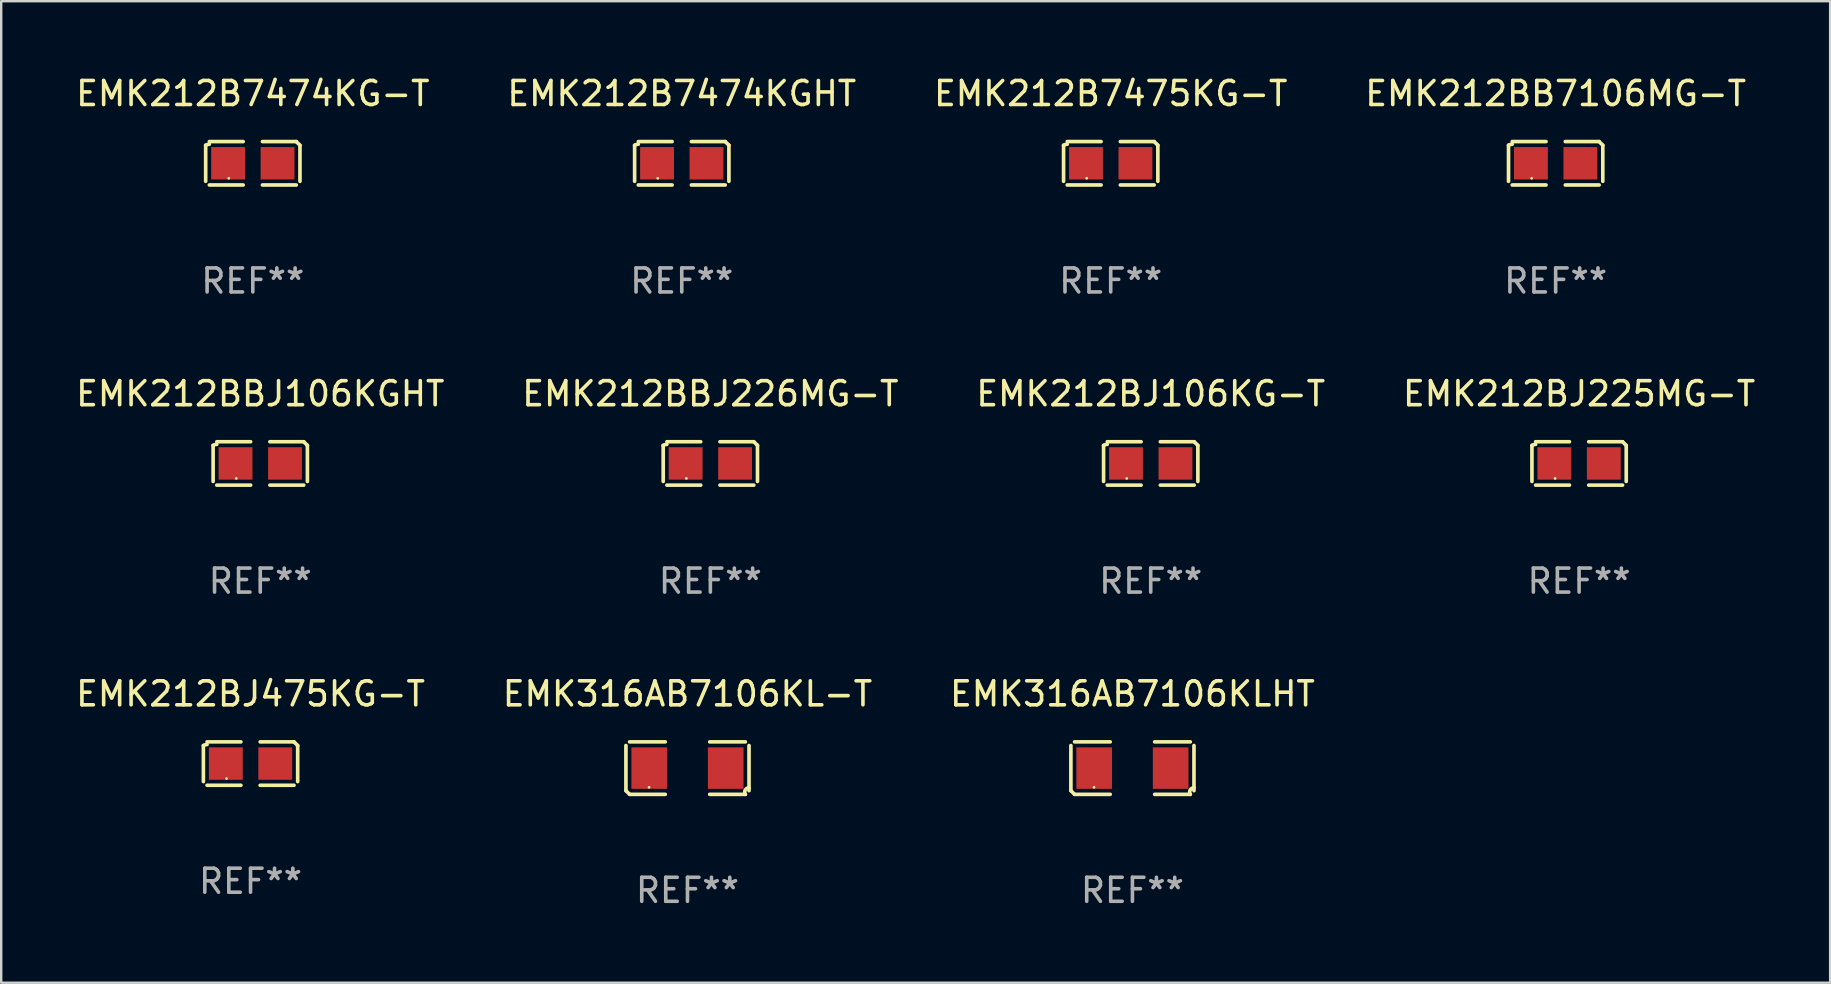
<source format=kicad_pcb>
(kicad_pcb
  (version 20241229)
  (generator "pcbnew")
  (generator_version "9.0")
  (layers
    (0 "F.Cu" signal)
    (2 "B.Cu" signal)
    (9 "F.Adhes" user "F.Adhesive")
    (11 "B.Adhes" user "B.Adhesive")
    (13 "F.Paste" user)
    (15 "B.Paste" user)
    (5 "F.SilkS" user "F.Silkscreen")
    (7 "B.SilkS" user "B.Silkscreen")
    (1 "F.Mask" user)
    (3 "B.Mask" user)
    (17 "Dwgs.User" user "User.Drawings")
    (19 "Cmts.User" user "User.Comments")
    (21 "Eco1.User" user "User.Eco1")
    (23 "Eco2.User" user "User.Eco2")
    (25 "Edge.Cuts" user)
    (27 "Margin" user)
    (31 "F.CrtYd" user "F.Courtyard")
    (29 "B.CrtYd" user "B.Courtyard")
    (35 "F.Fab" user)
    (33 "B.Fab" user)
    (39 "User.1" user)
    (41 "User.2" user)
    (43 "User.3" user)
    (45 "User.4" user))
  (footprint "EMK212BBJ106KGHT"
    (layer "F.Cu")
    (at 7.792 16.256)
    (property "Reference" "EMK212BBJ106KGHT" (at 0 -2.904 0) (layer "F.SilkS") (effects (font (size 1 1) (thickness 0.15))))
    (attr through_hole)
    (fp_line (start -1.964 0.751) (end -1.964 -0.751) (stroke (width 0.152) (type solid)) (layer "F.SilkS"))
    (fp_line (start -1.811 -0.904) (end -0.401 -0.904) (stroke (width 0.152) (type solid)) (layer "F.SilkS"))
    (fp_line (start -0.401 0.904) (end -1.811 0.904) (stroke (width 0.152) (type solid)) (layer "F.SilkS"))
    (fp_line (start 0.401 0.904) (end 1.811 0.904) (stroke (width 0.152) (type solid)) (layer "F.SilkS"))
    (fp_line (start 1.811 -0.904) (end 0.401 -0.904) (stroke (width 0.152) (type solid)) (layer "F.SilkS"))
    (fp_line (start 1.964 0.751) (end 1.964 -0.751) (stroke (width 0.152) (type solid)) (layer "F.SilkS"))
    (fp_arc (start -1.963602 -0.751207) (mid -1.890354 -0.783131) (end -1.811201 -0.794044) (stroke (width 0.1524) (type solid)) (layer "F.SilkS"))
    (fp_arc (start 1.811202 -0.903607) (mid 1.887413 -0.827418) (end 1.963602 -0.751207) (stroke (width 0.1524) (type solid)) (layer "F.SilkS"))
    (fp_circle (center -1 0.625) (end -0.97 0.625) (stroke (width 0.06) (type solid)) (fill no) (layer "F.SilkS"))
    (fp_text user "REF**" (at 0 4.904 0) (layer "F.Fab") (effects (font (size 1 1) (thickness 0.15))))
    (pad "1" smd rect (at -1.03 0) (size 1.41 1.35) (layers "F.Cu" "F.Mask" "F.Paste"))
    (pad "2" smd rect (at 1.03 0) (size 1.41 1.35) (layers "F.Cu" "F.Mask" "F.Paste")))
  (footprint "EMK212B7474KGHT"
    (layer "F.Cu")
    (at 25.351 3.752)
    (property "Reference" "EMK212B7474KGHT" (at 0 -2.904 0) (layer "F.SilkS") (effects (font (size 1 1) (thickness 0.15))))
    (attr through_hole)
    (fp_line (start -1.964 0.751) (end -1.964 -0.751) (stroke (width 0.152) (type solid)) (layer "F.SilkS"))
    (fp_line (start -1.811 -0.904) (end -0.401 -0.904) (stroke (width 0.152) (type solid)) (layer "F.SilkS"))
    (fp_line (start -0.401 0.904) (end -1.811 0.904) (stroke (width 0.152) (type solid)) (layer "F.SilkS"))
    (fp_line (start 0.401 0.904) (end 1.811 0.904) (stroke (width 0.152) (type solid)) (layer "F.SilkS"))
    (fp_line (start 1.811 -0.904) (end 0.401 -0.904) (stroke (width 0.152) (type solid)) (layer "F.SilkS"))
    (fp_line (start 1.964 0.751) (end 1.964 -0.751) (stroke (width 0.152) (type solid)) (layer "F.SilkS"))
    (fp_arc (start -1.963602 -0.751207) (mid -1.890354 -0.783131) (end -1.811201 -0.794044) (stroke (width 0.1524) (type solid)) (layer "F.SilkS"))
    (fp_arc (start 1.811202 -0.903607) (mid 1.887413 -0.827418) (end 1.963602 -0.751207) (stroke (width 0.1524) (type solid)) (layer "F.SilkS"))
    (fp_circle (center -1 0.625) (end -0.97 0.625) (stroke (width 0.06) (type solid)) (fill no) (layer "F.SilkS"))
    (fp_text user "REF**" (at 0 4.904 0) (layer "F.Fab") (effects (font (size 1 1) (thickness 0.15))))
    (pad "1" smd rect (at -1.03 0) (size 1.41 1.35) (layers "F.Cu" "F.Mask" "F.Paste"))
    (pad "2" smd rect (at 1.03 0) (size 1.41 1.35) (layers "F.Cu" "F.Mask" "F.Paste")))
  (footprint "EMK212BB7106MG-T"
    (layer "F.Cu")
    (at 61.756 3.752)
    (property "Reference" "EMK212BB7106MG-T" (at 0 -2.904 0) (layer "F.SilkS") (effects (font (size 1 1) (thickness 0.15))))
    (attr through_hole)
    (fp_line (start -1.964 0.751) (end -1.964 -0.751) (stroke (width 0.152) (type solid)) (layer "F.SilkS"))
    (fp_line (start -1.811 -0.904) (end -0.401 -0.904) (stroke (width 0.152) (type solid)) (layer "F.SilkS"))
    (fp_line (start -0.401 0.904) (end -1.811 0.904) (stroke (width 0.152) (type solid)) (layer "F.SilkS"))
    (fp_line (start 0.401 0.904) (end 1.811 0.904) (stroke (width 0.152) (type solid)) (layer "F.SilkS"))
    (fp_line (start 1.811 -0.904) (end 0.401 -0.904) (stroke (width 0.152) (type solid)) (layer "F.SilkS"))
    (fp_line (start 1.964 0.751) (end 1.964 -0.751) (stroke (width 0.152) (type solid)) (layer "F.SilkS"))
    (fp_arc (start -1.963602 -0.751207) (mid -1.890354 -0.783131) (end -1.811201 -0.794044) (stroke (width 0.1524) (type solid)) (layer "F.SilkS"))
    (fp_arc (start 1.811202 -0.903607) (mid 1.887413 -0.827418) (end 1.963602 -0.751207) (stroke (width 0.1524) (type solid)) (layer "F.SilkS"))
    (fp_circle (center -1 0.625) (end -0.97 0.625) (stroke (width 0.06) (type solid)) (fill no) (layer "F.SilkS"))
    (fp_text user "REF**" (at 0 4.904 0) (layer "F.Fab") (effects (font (size 1 1) (thickness 0.15))))
    (pad "1" smd rect (at -1.03 0) (size 1.41 1.35) (layers "F.Cu" "F.Mask" "F.Paste"))
    (pad "2" smd rect (at 1.03 0) (size 1.41 1.35) (layers "F.Cu" "F.Mask" "F.Paste")))
  (footprint "EMK316AB7106KLHT"
    (layer "F.Cu")
    (at 44.125 28.948)
    (property "Reference" "EMK316AB7106KLHT" (at 0 -3.093 0) (layer "F.SilkS") (effects (font (size 1 1) (thickness 0.15))))
    (attr through_hole)
    (fp_line (start -2.564 0.94) (end -2.564 -0.94) (stroke (width 0.152) (type solid)) (layer "F.SilkS"))
    (fp_line (start -2.411 -1.093) (end -0.926 -1.093) (stroke (width 0.152) (type solid)) (layer "F.SilkS"))
    (fp_line (start -0.926 1.093) (end -2.411 1.093) (stroke (width 0.152) (type solid)) (layer "F.SilkS"))
    (fp_line (start 0.926 1.093) (end 2.411 1.093) (stroke (width 0.152) (type solid)) (layer "F.SilkS"))
    (fp_line (start 2.411 -1.093) (end 0.926 -1.093) (stroke (width 0.152) (type solid)) (layer "F.SilkS"))
    (fp_line (start 2.564 0.94) (end 2.564 -0.94) (stroke (width 0.152) (type solid)) (layer "F.SilkS"))
    (fp_arc (start -2.411201 1.092609) (mid -2.487413 1.01642) (end -2.563602 0.940208) (stroke (width 0.1524) (type solid)) (layer "F.SilkS"))
    (fp_arc (start 2.411201 1.092609) (mid 2.407159 0.911226) (end 2.563602 0.819347) (stroke (width 0.1524) (type solid)) (layer "F.SilkS"))
    (fp_circle (center -1.6 0.8) (end -1.57 0.8) (stroke (width 0.06) (type solid)) (fill no) (layer "F.SilkS"))
    (fp_text user "REF**" (at 0 5.093 0) (layer "F.Fab") (effects (font (size 1 1) (thickness 0.15))))
    (pad "1" smd rect (at -1.593 0) (size 1.485 1.728) (layers "F.Cu" "F.Mask" "F.Paste"))
    (pad "2" smd rect (at 1.593 0) (size 1.485 1.728) (layers "F.Cu" "F.Mask" "F.Paste")))
  (footprint "EMK316AB7106KL-T"
    (layer "F.Cu")
    (at 25.589 28.948)
    (property "Reference" "EMK316AB7106KL-T" (at 0 -3.093 0) (layer "F.SilkS") (effects (font (size 1 1) (thickness 0.15))))
    (attr through_hole)
    (fp_line (start -2.564 0.94) (end -2.564 -0.94) (stroke (width 0.152) (type solid)) (layer "F.SilkS"))
    (fp_line (start -2.411 -1.093) (end -0.926 -1.093) (stroke (width 0.152) (type solid)) (layer "F.SilkS"))
    (fp_line (start -0.926 1.093) (end -2.411 1.093) (stroke (width 0.152) (type solid)) (layer "F.SilkS"))
    (fp_line (start 0.926 1.093) (end 2.411 1.093) (stroke (width 0.152) (type solid)) (layer "F.SilkS"))
    (fp_line (start 2.411 -1.093) (end 0.926 -1.093) (stroke (width 0.152) (type solid)) (layer "F.SilkS"))
    (fp_line (start 2.564 0.94) (end 2.564 -0.94) (stroke (width 0.152) (type solid)) (layer "F.SilkS"))
    (fp_arc (start -2.411201 1.092609) (mid -2.487413 1.01642) (end -2.563602 0.940208) (stroke (width 0.1524) (type solid)) (layer "F.SilkS"))
    (fp_arc (start 2.411201 1.092609) (mid 2.407159 0.911226) (end 2.563602 0.819347) (stroke (width 0.1524) (type solid)) (layer "F.SilkS"))
    (fp_circle (center -1.6 0.8) (end -1.57 0.8) (stroke (width 0.06) (type solid)) (fill no) (layer "F.SilkS"))
    (fp_text user "REF**" (at 0 5.093 0) (layer "F.Fab") (effects (font (size 1 1) (thickness 0.15))))
    (pad "1" smd rect (at -1.593 0) (size 1.485 1.728) (layers "F.Cu" "F.Mask" "F.Paste"))
    (pad "2" smd rect (at 1.593 0) (size 1.485 1.728) (layers "F.Cu" "F.Mask" "F.Paste")))
  (footprint "EMK212BJ225MG-T"
    (layer "F.Cu")
    (at 62.732 16.256)
    (property "Reference" "EMK212BJ225MG-T" (at 0 -2.904 0) (layer "F.SilkS") (effects (font (size 1 1) (thickness 0.15))))
    (attr through_hole)
    (fp_line (start -1.964 0.751) (end -1.964 -0.751) (stroke (width 0.152) (type solid)) (layer "F.SilkS"))
    (fp_line (start -1.811 -0.904) (end -0.401 -0.904) (stroke (width 0.152) (type solid)) (layer "F.SilkS"))
    (fp_line (start -0.401 0.904) (end -1.811 0.904) (stroke (width 0.152) (type solid)) (layer "F.SilkS"))
    (fp_line (start 0.401 0.904) (end 1.811 0.904) (stroke (width 0.152) (type solid)) (layer "F.SilkS"))
    (fp_line (start 1.811 -0.904) (end 0.401 -0.904) (stroke (width 0.152) (type solid)) (layer "F.SilkS"))
    (fp_line (start 1.964 0.751) (end 1.964 -0.751) (stroke (width 0.152) (type solid)) (layer "F.SilkS"))
    (fp_arc (start -1.963602 -0.751207) (mid -1.890354 -0.783131) (end -1.811201 -0.794044) (stroke (width 0.1524) (type solid)) (layer "F.SilkS"))
    (fp_arc (start 1.811202 -0.903607) (mid 1.887413 -0.827418) (end 1.963602 -0.751207) (stroke (width 0.1524) (type solid)) (layer "F.SilkS"))
    (fp_circle (center -1 0.625) (end -0.97 0.625) (stroke (width 0.06) (type solid)) (fill no) (layer "F.SilkS"))
    (fp_text user "REF**" (at 0 4.904 0) (layer "F.Fab") (effects (font (size 1 1) (thickness 0.15))))
    (pad "1" smd rect (at -1.03 0) (size 1.41 1.35) (layers "F.Cu" "F.Mask" "F.Paste"))
    (pad "2" smd rect (at 1.03 0) (size 1.41 1.35) (layers "F.Cu" "F.Mask" "F.Paste")))
  (footprint "EMK212B7474KG-T"
    (layer "F.Cu")
    (at 7.482 3.752)
    (property "Reference" "EMK212B7474KG-T" (at 0 -2.904 0) (layer "F.SilkS") (effects (font (size 1 1) (thickness 0.15))))
    (attr through_hole)
    (fp_line (start -1.964 0.751) (end -1.964 -0.751) (stroke (width 0.152) (type solid)) (layer "F.SilkS"))
    (fp_line (start -1.811 -0.904) (end -0.401 -0.904) (stroke (width 0.152) (type solid)) (layer "F.SilkS"))
    (fp_line (start -0.401 0.904) (end -1.811 0.904) (stroke (width 0.152) (type solid)) (layer "F.SilkS"))
    (fp_line (start 0.401 0.904) (end 1.811 0.904) (stroke (width 0.152) (type solid)) (layer "F.SilkS"))
    (fp_line (start 1.811 -0.904) (end 0.401 -0.904) (stroke (width 0.152) (type solid)) (layer "F.SilkS"))
    (fp_line (start 1.964 0.751) (end 1.964 -0.751) (stroke (width 0.152) (type solid)) (layer "F.SilkS"))
    (fp_arc (start -1.963602 -0.751207) (mid -1.890354 -0.783131) (end -1.811201 -0.794044) (stroke (width 0.1524) (type solid)) (layer "F.SilkS"))
    (fp_arc (start 1.811202 -0.903607) (mid 1.887413 -0.827418) (end 1.963602 -0.751207) (stroke (width 0.1524) (type solid)) (layer "F.SilkS"))
    (fp_circle (center -1 0.625) (end -0.97 0.625) (stroke (width 0.06) (type solid)) (fill no) (layer "F.SilkS"))
    (fp_text user "REF**" (at 0 4.904 0) (layer "F.Fab") (effects (font (size 1 1) (thickness 0.15))))
    (pad "1" smd rect (at -1.03 0) (size 1.41 1.35) (layers "F.Cu" "F.Mask" "F.Paste"))
    (pad "2" smd rect (at 1.03 0) (size 1.41 1.35) (layers "F.Cu" "F.Mask" "F.Paste")))
  (footprint "EMK212BJ475KG-T"
    (layer "F.Cu")
    (at 7.387 28.759)
    (property "Reference" "EMK212BJ475KG-T" (at 0 -2.904 0) (layer "F.SilkS") (effects (font (size 1 1) (thickness 0.15))))
    (attr through_hole)
    (fp_line (start -1.964 0.751) (end -1.964 -0.751) (stroke (width 0.152) (type solid)) (layer "F.SilkS"))
    (fp_line (start -1.811 -0.904) (end -0.401 -0.904) (stroke (width 0.152) (type solid)) (layer "F.SilkS"))
    (fp_line (start -0.401 0.904) (end -1.811 0.904) (stroke (width 0.152) (type solid)) (layer "F.SilkS"))
    (fp_line (start 0.401 0.904) (end 1.811 0.904) (stroke (width 0.152) (type solid)) (layer "F.SilkS"))
    (fp_line (start 1.811 -0.904) (end 0.401 -0.904) (stroke (width 0.152) (type solid)) (layer "F.SilkS"))
    (fp_line (start 1.964 0.751) (end 1.964 -0.751) (stroke (width 0.152) (type solid)) (layer "F.SilkS"))
    (fp_arc (start -1.963602 -0.751207) (mid -1.890354 -0.783131) (end -1.811201 -0.794044) (stroke (width 0.1524) (type solid)) (layer "F.SilkS"))
    (fp_arc (start 1.811202 -0.903607) (mid 1.887413 -0.827418) (end 1.963602 -0.751207) (stroke (width 0.1524) (type solid)) (layer "F.SilkS"))
    (fp_circle (center -1 0.625) (end -0.97 0.625) (stroke (width 0.06) (type solid)) (fill no) (layer "F.SilkS"))
    (fp_text user "REF**" (at 0 4.904 0) (layer "F.Fab") (effects (font (size 1 1) (thickness 0.15))))
    (pad "1" smd rect (at -1.03 0) (size 1.41 1.35) (layers "F.Cu" "F.Mask" "F.Paste"))
    (pad "2" smd rect (at 1.03 0) (size 1.41 1.35) (layers "F.Cu" "F.Mask" "F.Paste")))
  (footprint "EMK212BBJ226MG-T"
    (layer "F.Cu")
    (at 26.542 16.256)
    (property "Reference" "EMK212BBJ226MG-T" (at 0 -2.904 0) (layer "F.SilkS") (effects (font (size 1 1) (thickness 0.15))))
    (attr through_hole)
    (fp_line (start -1.964 0.751) (end -1.964 -0.751) (stroke (width 0.152) (type solid)) (layer "F.SilkS"))
    (fp_line (start -1.811 -0.904) (end -0.401 -0.904) (stroke (width 0.152) (type solid)) (layer "F.SilkS"))
    (fp_line (start -0.401 0.904) (end -1.811 0.904) (stroke (width 0.152) (type solid)) (layer "F.SilkS"))
    (fp_line (start 0.401 0.904) (end 1.811 0.904) (stroke (width 0.152) (type solid)) (layer "F.SilkS"))
    (fp_line (start 1.811 -0.904) (end 0.401 -0.904) (stroke (width 0.152) (type solid)) (layer "F.SilkS"))
    (fp_line (start 1.964 0.751) (end 1.964 -0.751) (stroke (width 0.152) (type solid)) (layer "F.SilkS"))
    (fp_arc (start -1.963602 -0.751207) (mid -1.890354 -0.783131) (end -1.811201 -0.794044) (stroke (width 0.1524) (type solid)) (layer "F.SilkS"))
    (fp_arc (start 1.811202 -0.903607) (mid 1.887413 -0.827418) (end 1.963602 -0.751207) (stroke (width 0.1524) (type solid)) (layer "F.SilkS"))
    (fp_circle (center -1 0.625) (end -0.97 0.625) (stroke (width 0.06) (type solid)) (fill no) (layer "F.SilkS"))
    (fp_text user "REF**" (at 0 4.904 0) (layer "F.Fab") (effects (font (size 1 1) (thickness 0.15))))
    (pad "1" smd rect (at -1.03 0) (size 1.41 1.35) (layers "F.Cu" "F.Mask" "F.Paste"))
    (pad "2" smd rect (at 1.03 0) (size 1.41 1.35) (layers "F.Cu" "F.Mask" "F.Paste")))
  (footprint "EMK212B7475KG-T"
    (layer "F.Cu")
    (at 43.22 3.752)
    (property "Reference" "EMK212B7475KG-T" (at 0 -2.904 0) (layer "F.SilkS") (effects (font (size 1 1) (thickness 0.15))))
    (attr through_hole)
    (fp_line (start -1.964 0.751) (end -1.964 -0.751) (stroke (width 0.152) (type solid)) (layer "F.SilkS"))
    (fp_line (start -1.811 -0.904) (end -0.401 -0.904) (stroke (width 0.152) (type solid)) (layer "F.SilkS"))
    (fp_line (start -0.401 0.904) (end -1.811 0.904) (stroke (width 0.152) (type solid)) (layer "F.SilkS"))
    (fp_line (start 0.401 0.904) (end 1.811 0.904) (stroke (width 0.152) (type solid)) (layer "F.SilkS"))
    (fp_line (start 1.811 -0.904) (end 0.401 -0.904) (stroke (width 0.152) (type solid)) (layer "F.SilkS"))
    (fp_line (start 1.964 0.751) (end 1.964 -0.751) (stroke (width 0.152) (type solid)) (layer "F.SilkS"))
    (fp_arc (start -1.963602 -0.751207) (mid -1.890354 -0.783131) (end -1.811201 -0.794044) (stroke (width 0.1524) (type solid)) (layer "F.SilkS"))
    (fp_arc (start 1.811202 -0.903607) (mid 1.887413 -0.827418) (end 1.963602 -0.751207) (stroke (width 0.1524) (type solid)) (layer "F.SilkS"))
    (fp_circle (center -1 0.625) (end -0.97 0.625) (stroke (width 0.06) (type solid)) (fill no) (layer "F.SilkS"))
    (fp_text user "REF**" (at 0 4.904 0) (layer "F.Fab") (effects (font (size 1 1) (thickness 0.15))))
    (pad "1" smd rect (at -1.03 0) (size 1.41 1.35) (layers "F.Cu" "F.Mask" "F.Paste"))
    (pad "2" smd rect (at 1.03 0) (size 1.41 1.35) (layers "F.Cu" "F.Mask" "F.Paste")))
  (footprint "EMK212BJ106KG-T"
    (layer "F.Cu")
    (at 44.887 16.256)
    (property "Reference" "EMK212BJ106KG-T" (at 0 -2.904 0) (layer "F.SilkS") (effects (font (size 1 1) (thickness 0.15))))
    (attr through_hole)
    (fp_line (start -1.964 0.751) (end -1.964 -0.751) (stroke (width 0.152) (type solid)) (layer "F.SilkS"))
    (fp_line (start -1.811 -0.904) (end -0.401 -0.904) (stroke (width 0.152) (type solid)) (layer "F.SilkS"))
    (fp_line (start -0.401 0.904) (end -1.811 0.904) (stroke (width 0.152) (type solid)) (layer "F.SilkS"))
    (fp_line (start 0.401 0.904) (end 1.811 0.904) (stroke (width 0.152) (type solid)) (layer "F.SilkS"))
    (fp_line (start 1.811 -0.904) (end 0.401 -0.904) (stroke (width 0.152) (type solid)) (layer "F.SilkS"))
    (fp_line (start 1.964 0.751) (end 1.964 -0.751) (stroke (width 0.152) (type solid)) (layer "F.SilkS"))
    (fp_arc (start -1.963602 -0.751207) (mid -1.890354 -0.783131) (end -1.811201 -0.794044) (stroke (width 0.1524) (type solid)) (layer "F.SilkS"))
    (fp_arc (start 1.811202 -0.903607) (mid 1.887413 -0.827418) (end 1.963602 -0.751207) (stroke (width 0.1524) (type solid)) (layer "F.SilkS"))
    (fp_circle (center -1 0.625) (end -0.97 0.625) (stroke (width 0.06) (type solid)) (fill no) (layer "F.SilkS"))
    (fp_text user "REF**" (at 0 4.904 0) (layer "F.Fab") (effects (font (size 1 1) (thickness 0.15))))
    (pad "1" smd rect (at -1.03 0) (size 1.41 1.35) (layers "F.Cu" "F.Mask" "F.Paste"))
    (pad "2" smd rect (at 1.03 0) (size 1.41 1.35) (layers "F.Cu" "F.Mask" "F.Paste")))
  (gr_rect
    (start -3 -3)
    (end 73.19 37.889)
    (stroke (width 0.1) (type default))
    (fill no)
    (layer "Edge.Cuts")))
</source>
